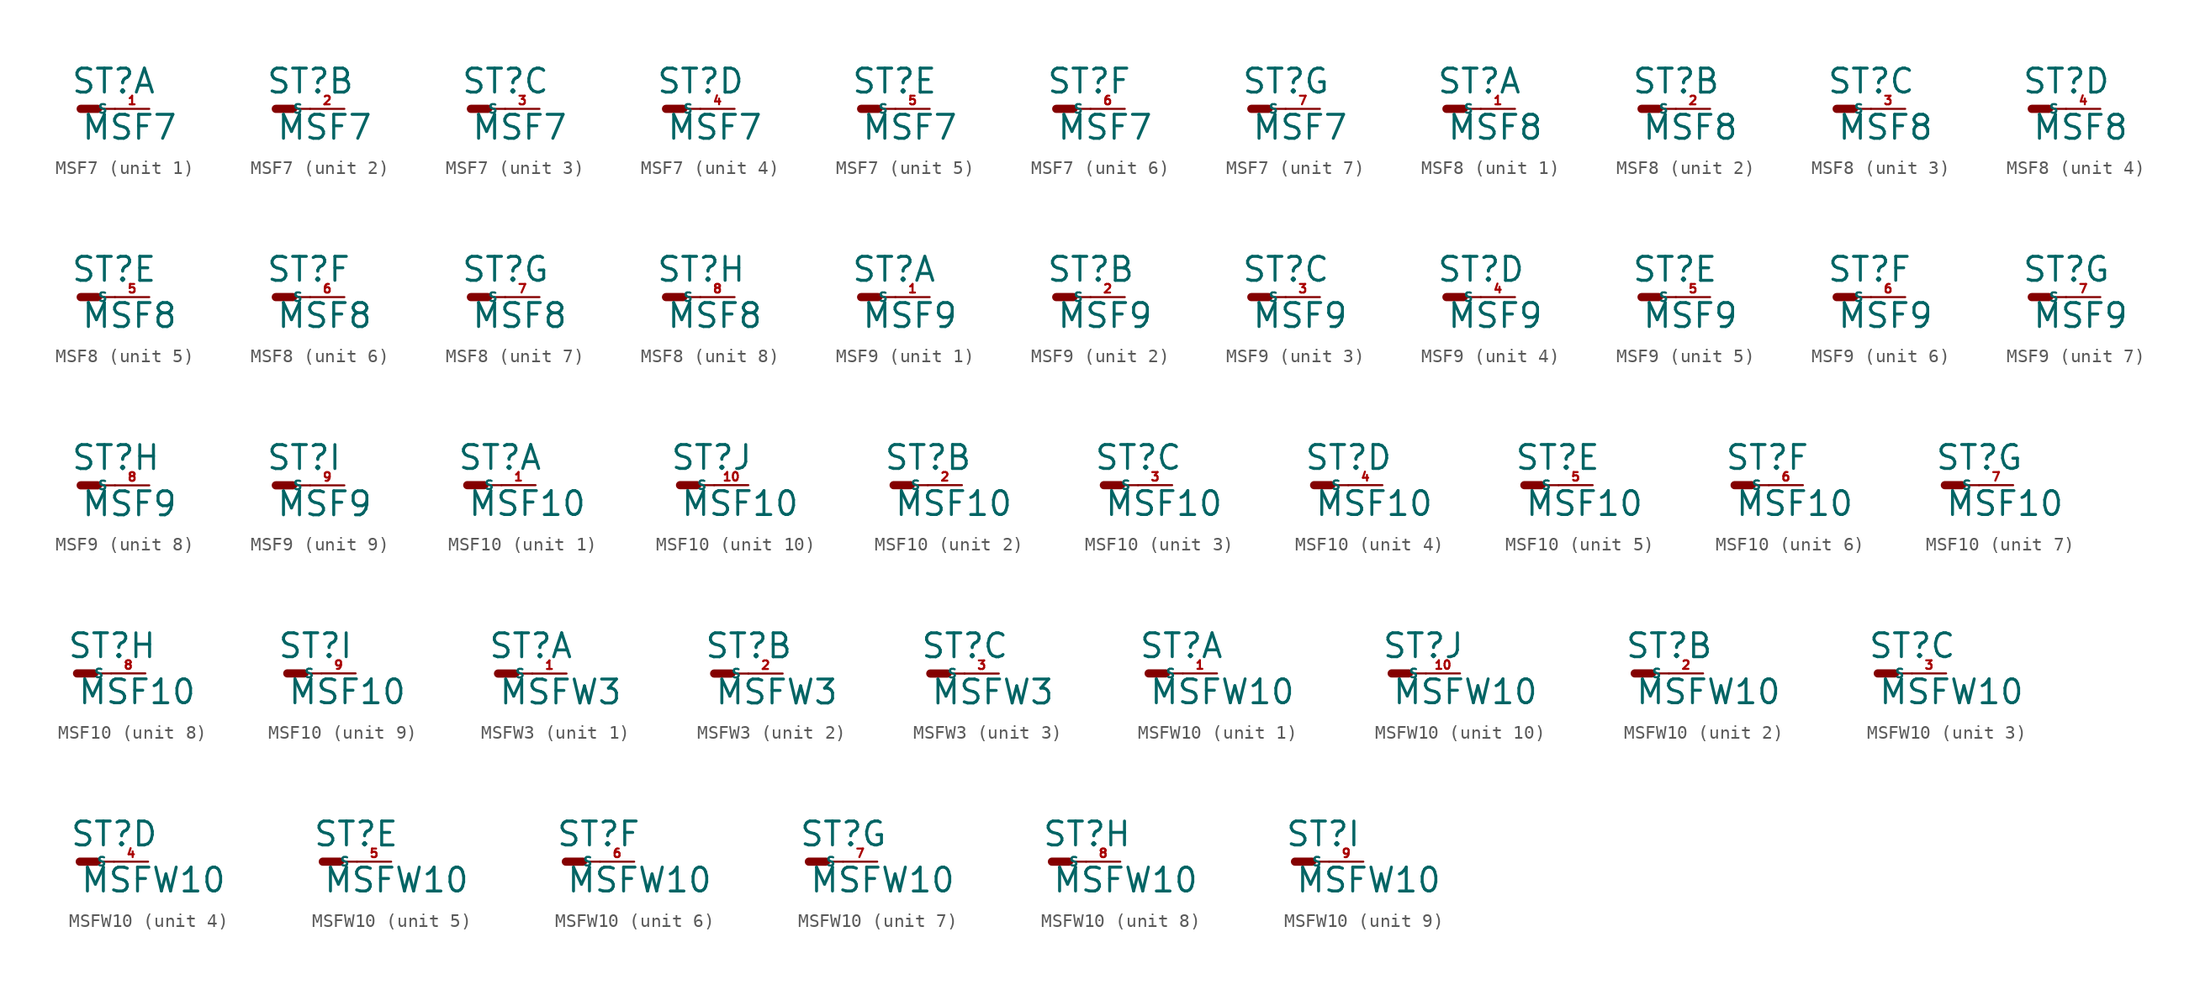
<source format=kicad_sym>
(kicad_symbol_lib
  (version 20220914)
  (generator Eagle2Kicad)
  (symbol "MSF7"
    (property "Reference" "ST"
      (at -0.762 1.016 0)
      (effects (font (size 1.778 1.778) (thickness 0.22)) (justify left bottom)))
    (property "Value" "MSF7"
      (at 0 -2.413 0)
      (effects (font (size 1.778 1.778) (thickness 0.22)) (justify left bottom)))
    (symbol "MSF7_1_0"
      (polyline (pts (xy 1.27 0) (xy 2.54 0)) (stroke (width 0.152) (type default)) (fill (type none)))
      (polyline (pts (xy 0 0) (xy 1.27 0)) (stroke (width 0.61) (type default)) (fill (type none)))
      (pin passive line (at 5.08 0 180) (length 2.54) (name "S" (effects (font (size 0.635 0.635) (thickness 0.08)) (justify left bottom))) (number "1" (effects (font (size 0.635 0.635) (thickness 0.08)) (justify left bottom)))))
    (symbol "MSF7_2_0"
      (polyline (pts (xy 1.27 0) (xy 2.54 0)) (stroke (width 0.152) (type default)) (fill (type none)))
      (polyline (pts (xy 0 0) (xy 1.27 0)) (stroke (width 0.61) (type default)) (fill (type none)))
      (pin passive line (at 5.08 0 180) (length 2.54) (name "S" (effects (font (size 0.635 0.635) (thickness 0.08)) (justify left bottom))) (number "2" (effects (font (size 0.635 0.635) (thickness 0.08)) (justify left bottom)))))
    (symbol "MSF7_3_0"
      (polyline (pts (xy 1.27 0) (xy 2.54 0)) (stroke (width 0.152) (type default)) (fill (type none)))
      (polyline (pts (xy 0 0) (xy 1.27 0)) (stroke (width 0.61) (type default)) (fill (type none)))
      (pin passive line (at 5.08 0 180) (length 2.54) (name "S" (effects (font (size 0.635 0.635) (thickness 0.08)) (justify left bottom))) (number "3" (effects (font (size 0.635 0.635) (thickness 0.08)) (justify left bottom)))))
    (symbol "MSF7_4_0"
      (polyline (pts (xy 1.27 0) (xy 2.54 0)) (stroke (width 0.152) (type default)) (fill (type none)))
      (polyline (pts (xy 0 0) (xy 1.27 0)) (stroke (width 0.61) (type default)) (fill (type none)))
      (pin passive line (at 5.08 0 180) (length 2.54) (name "S" (effects (font (size 0.635 0.635) (thickness 0.08)) (justify left bottom))) (number "4" (effects (font (size 0.635 0.635) (thickness 0.08)) (justify left bottom)))))
    (symbol "MSF7_5_0"
      (polyline (pts (xy 1.27 0) (xy 2.54 0)) (stroke (width 0.152) (type default)) (fill (type none)))
      (polyline (pts (xy 0 0) (xy 1.27 0)) (stroke (width 0.61) (type default)) (fill (type none)))
      (pin passive line (at 5.08 0 180) (length 2.54) (name "S" (effects (font (size 0.635 0.635) (thickness 0.08)) (justify left bottom))) (number "5" (effects (font (size 0.635 0.635) (thickness 0.08)) (justify left bottom)))))
    (symbol "MSF7_6_0"
      (polyline (pts (xy 1.27 0) (xy 2.54 0)) (stroke (width 0.152) (type default)) (fill (type none)))
      (polyline (pts (xy 0 0) (xy 1.27 0)) (stroke (width 0.61) (type default)) (fill (type none)))
      (pin passive line (at 5.08 0 180) (length 2.54) (name "S" (effects (font (size 0.635 0.635) (thickness 0.08)) (justify left bottom))) (number "6" (effects (font (size 0.635 0.635) (thickness 0.08)) (justify left bottom)))))
    (symbol "MSF7_7_0"
      (polyline (pts (xy 1.27 0) (xy 2.54 0)) (stroke (width 0.152) (type default)) (fill (type none)))
      (polyline (pts (xy 0 0) (xy 1.27 0)) (stroke (width 0.61) (type default)) (fill (type none)))
      (pin passive line (at 5.08 0 180) (length 2.54) (name "S" (effects (font (size 0.635 0.635) (thickness 0.08)) (justify left bottom))) (number "7" (effects (font (size 0.635 0.635) (thickness 0.08)) (justify left bottom))))))
  (symbol "MSF8"
    (property "Reference" "ST"
      (at -0.762 1.016 0)
      (effects (font (size 1.778 1.778) (thickness 0.22)) (justify left bottom)))
    (property "Value" "MSF8"
      (at 0 -2.413 0)
      (effects (font (size 1.778 1.778) (thickness 0.22)) (justify left bottom)))
    (symbol "MSF8_1_0"
      (polyline (pts (xy 1.27 0) (xy 2.54 0)) (stroke (width 0.152) (type default)) (fill (type none)))
      (polyline (pts (xy 0 0) (xy 1.27 0)) (stroke (width 0.61) (type default)) (fill (type none)))
      (pin passive line (at 5.08 0 180) (length 2.54) (name "S" (effects (font (size 0.635 0.635) (thickness 0.08)) (justify left bottom))) (number "1" (effects (font (size 0.635 0.635) (thickness 0.08)) (justify left bottom)))))
    (symbol "MSF8_2_0"
      (polyline (pts (xy 1.27 0) (xy 2.54 0)) (stroke (width 0.152) (type default)) (fill (type none)))
      (polyline (pts (xy 0 0) (xy 1.27 0)) (stroke (width 0.61) (type default)) (fill (type none)))
      (pin passive line (at 5.08 0 180) (length 2.54) (name "S" (effects (font (size 0.635 0.635) (thickness 0.08)) (justify left bottom))) (number "2" (effects (font (size 0.635 0.635) (thickness 0.08)) (justify left bottom)))))
    (symbol "MSF8_3_0"
      (polyline (pts (xy 1.27 0) (xy 2.54 0)) (stroke (width 0.152) (type default)) (fill (type none)))
      (polyline (pts (xy 0 0) (xy 1.27 0)) (stroke (width 0.61) (type default)) (fill (type none)))
      (pin passive line (at 5.08 0 180) (length 2.54) (name "S" (effects (font (size 0.635 0.635) (thickness 0.08)) (justify left bottom))) (number "3" (effects (font (size 0.635 0.635) (thickness 0.08)) (justify left bottom)))))
    (symbol "MSF8_4_0"
      (polyline (pts (xy 1.27 0) (xy 2.54 0)) (stroke (width 0.152) (type default)) (fill (type none)))
      (polyline (pts (xy 0 0) (xy 1.27 0)) (stroke (width 0.61) (type default)) (fill (type none)))
      (pin passive line (at 5.08 0 180) (length 2.54) (name "S" (effects (font (size 0.635 0.635) (thickness 0.08)) (justify left bottom))) (number "4" (effects (font (size 0.635 0.635) (thickness 0.08)) (justify left bottom)))))
    (symbol "MSF8_5_0"
      (polyline (pts (xy 1.27 0) (xy 2.54 0)) (stroke (width 0.152) (type default)) (fill (type none)))
      (polyline (pts (xy 0 0) (xy 1.27 0)) (stroke (width 0.61) (type default)) (fill (type none)))
      (pin passive line (at 5.08 0 180) (length 2.54) (name "S" (effects (font (size 0.635 0.635) (thickness 0.08)) (justify left bottom))) (number "5" (effects (font (size 0.635 0.635) (thickness 0.08)) (justify left bottom)))))
    (symbol "MSF8_6_0"
      (polyline (pts (xy 1.27 0) (xy 2.54 0)) (stroke (width 0.152) (type default)) (fill (type none)))
      (polyline (pts (xy 0 0) (xy 1.27 0)) (stroke (width 0.61) (type default)) (fill (type none)))
      (pin passive line (at 5.08 0 180) (length 2.54) (name "S" (effects (font (size 0.635 0.635) (thickness 0.08)) (justify left bottom))) (number "6" (effects (font (size 0.635 0.635) (thickness 0.08)) (justify left bottom)))))
    (symbol "MSF8_7_0"
      (polyline (pts (xy 1.27 0) (xy 2.54 0)) (stroke (width 0.152) (type default)) (fill (type none)))
      (polyline (pts (xy 0 0) (xy 1.27 0)) (stroke (width 0.61) (type default)) (fill (type none)))
      (pin passive line (at 5.08 0 180) (length 2.54) (name "S" (effects (font (size 0.635 0.635) (thickness 0.08)) (justify left bottom))) (number "7" (effects (font (size 0.635 0.635) (thickness 0.08)) (justify left bottom)))))
    (symbol "MSF8_8_0"
      (polyline (pts (xy 1.27 0) (xy 2.54 0)) (stroke (width 0.152) (type default)) (fill (type none)))
      (polyline (pts (xy 0 0) (xy 1.27 0)) (stroke (width 0.61) (type default)) (fill (type none)))
      (pin passive line (at 5.08 0 180) (length 2.54) (name "S" (effects (font (size 0.635 0.635) (thickness 0.08)) (justify left bottom))) (number "8" (effects (font (size 0.635 0.635) (thickness 0.08)) (justify left bottom))))))
  (symbol "MSF9"
    (property "Reference" "ST"
      (at -0.762 1.016 0)
      (effects (font (size 1.778 1.778) (thickness 0.22)) (justify left bottom)))
    (property "Value" "MSF9"
      (at 0 -2.413 0)
      (effects (font (size 1.778 1.778) (thickness 0.22)) (justify left bottom)))
    (symbol "MSF9_1_0"
      (polyline (pts (xy 1.27 0) (xy 2.54 0)) (stroke (width 0.152) (type default)) (fill (type none)))
      (polyline (pts (xy 0 0) (xy 1.27 0)) (stroke (width 0.61) (type default)) (fill (type none)))
      (pin passive line (at 5.08 0 180) (length 2.54) (name "S" (effects (font (size 0.635 0.635) (thickness 0.08)) (justify left bottom))) (number "1" (effects (font (size 0.635 0.635) (thickness 0.08)) (justify left bottom)))))
    (symbol "MSF9_2_0"
      (polyline (pts (xy 1.27 0) (xy 2.54 0)) (stroke (width 0.152) (type default)) (fill (type none)))
      (polyline (pts (xy 0 0) (xy 1.27 0)) (stroke (width 0.61) (type default)) (fill (type none)))
      (pin passive line (at 5.08 0 180) (length 2.54) (name "S" (effects (font (size 0.635 0.635) (thickness 0.08)) (justify left bottom))) (number "2" (effects (font (size 0.635 0.635) (thickness 0.08)) (justify left bottom)))))
    (symbol "MSF9_3_0"
      (polyline (pts (xy 1.27 0) (xy 2.54 0)) (stroke (width 0.152) (type default)) (fill (type none)))
      (polyline (pts (xy 0 0) (xy 1.27 0)) (stroke (width 0.61) (type default)) (fill (type none)))
      (pin passive line (at 5.08 0 180) (length 2.54) (name "S" (effects (font (size 0.635 0.635) (thickness 0.08)) (justify left bottom))) (number "3" (effects (font (size 0.635 0.635) (thickness 0.08)) (justify left bottom)))))
    (symbol "MSF9_4_0"
      (polyline (pts (xy 1.27 0) (xy 2.54 0)) (stroke (width 0.152) (type default)) (fill (type none)))
      (polyline (pts (xy 0 0) (xy 1.27 0)) (stroke (width 0.61) (type default)) (fill (type none)))
      (pin passive line (at 5.08 0 180) (length 2.54) (name "S" (effects (font (size 0.635 0.635) (thickness 0.08)) (justify left bottom))) (number "4" (effects (font (size 0.635 0.635) (thickness 0.08)) (justify left bottom)))))
    (symbol "MSF9_5_0"
      (polyline (pts (xy 1.27 0) (xy 2.54 0)) (stroke (width 0.152) (type default)) (fill (type none)))
      (polyline (pts (xy 0 0) (xy 1.27 0)) (stroke (width 0.61) (type default)) (fill (type none)))
      (pin passive line (at 5.08 0 180) (length 2.54) (name "S" (effects (font (size 0.635 0.635) (thickness 0.08)) (justify left bottom))) (number "5" (effects (font (size 0.635 0.635) (thickness 0.08)) (justify left bottom)))))
    (symbol "MSF9_6_0"
      (polyline (pts (xy 1.27 0) (xy 2.54 0)) (stroke (width 0.152) (type default)) (fill (type none)))
      (polyline (pts (xy 0 0) (xy 1.27 0)) (stroke (width 0.61) (type default)) (fill (type none)))
      (pin passive line (at 5.08 0 180) (length 2.54) (name "S" (effects (font (size 0.635 0.635) (thickness 0.08)) (justify left bottom))) (number "6" (effects (font (size 0.635 0.635) (thickness 0.08)) (justify left bottom)))))
    (symbol "MSF9_7_0"
      (polyline (pts (xy 1.27 0) (xy 2.54 0)) (stroke (width 0.152) (type default)) (fill (type none)))
      (polyline (pts (xy 0 0) (xy 1.27 0)) (stroke (width 0.61) (type default)) (fill (type none)))
      (pin passive line (at 5.08 0 180) (length 2.54) (name "S" (effects (font (size 0.635 0.635) (thickness 0.08)) (justify left bottom))) (number "7" (effects (font (size 0.635 0.635) (thickness 0.08)) (justify left bottom)))))
    (symbol "MSF9_8_0"
      (polyline (pts (xy 1.27 0) (xy 2.54 0)) (stroke (width 0.152) (type default)) (fill (type none)))
      (polyline (pts (xy 0 0) (xy 1.27 0)) (stroke (width 0.61) (type default)) (fill (type none)))
      (pin passive line (at 5.08 0 180) (length 2.54) (name "S" (effects (font (size 0.635 0.635) (thickness 0.08)) (justify left bottom))) (number "8" (effects (font (size 0.635 0.635) (thickness 0.08)) (justify left bottom)))))
    (symbol "MSF9_9_0"
      (polyline (pts (xy 1.27 0) (xy 2.54 0)) (stroke (width 0.152) (type default)) (fill (type none)))
      (polyline (pts (xy 0 0) (xy 1.27 0)) (stroke (width 0.61) (type default)) (fill (type none)))
      (pin passive line (at 5.08 0 180) (length 2.54) (name "S" (effects (font (size 0.635 0.635) (thickness 0.08)) (justify left bottom))) (number "9" (effects (font (size 0.635 0.635) (thickness 0.08)) (justify left bottom))))))
  (symbol "MSF10"
    (property "Reference" "ST"
      (at -0.762 1.016 0)
      (effects (font (size 1.778 1.778) (thickness 0.22)) (justify left bottom)))
    (property "Value" "MSF10"
      (at 0 -2.413 0)
      (effects (font (size 1.778 1.778) (thickness 0.22)) (justify left bottom)))
    (symbol "MSF10_1_0"
      (polyline (pts (xy 1.27 0) (xy 2.54 0)) (stroke (width 0.152) (type default)) (fill (type none)))
      (polyline (pts (xy 0 0) (xy 1.27 0)) (stroke (width 0.61) (type default)) (fill (type none)))
      (pin passive line (at 5.08 0 180) (length 2.54) (name "S" (effects (font (size 0.635 0.635) (thickness 0.08)) (justify left bottom))) (number "1" (effects (font (size 0.635 0.635) (thickness 0.08)) (justify left bottom)))))
    (symbol "MSF10_2_0"
      (polyline (pts (xy 1.27 0) (xy 2.54 0)) (stroke (width 0.152) (type default)) (fill (type none)))
      (polyline (pts (xy 0 0) (xy 1.27 0)) (stroke (width 0.61) (type default)) (fill (type none)))
      (pin passive line (at 5.08 0 180) (length 2.54) (name "S" (effects (font (size 0.635 0.635) (thickness 0.08)) (justify left bottom))) (number "2" (effects (font (size 0.635 0.635) (thickness 0.08)) (justify left bottom)))))
    (symbol "MSF10_3_0"
      (polyline (pts (xy 1.27 0) (xy 2.54 0)) (stroke (width 0.152) (type default)) (fill (type none)))
      (polyline (pts (xy 0 0) (xy 1.27 0)) (stroke (width 0.61) (type default)) (fill (type none)))
      (pin passive line (at 5.08 0 180) (length 2.54) (name "S" (effects (font (size 0.635 0.635) (thickness 0.08)) (justify left bottom))) (number "3" (effects (font (size 0.635 0.635) (thickness 0.08)) (justify left bottom)))))
    (symbol "MSF10_4_0"
      (polyline (pts (xy 1.27 0) (xy 2.54 0)) (stroke (width 0.152) (type default)) (fill (type none)))
      (polyline (pts (xy 0 0) (xy 1.27 0)) (stroke (width 0.61) (type default)) (fill (type none)))
      (pin passive line (at 5.08 0 180) (length 2.54) (name "S" (effects (font (size 0.635 0.635) (thickness 0.08)) (justify left bottom))) (number "4" (effects (font (size 0.635 0.635) (thickness 0.08)) (justify left bottom)))))
    (symbol "MSF10_5_0"
      (polyline (pts (xy 1.27 0) (xy 2.54 0)) (stroke (width 0.152) (type default)) (fill (type none)))
      (polyline (pts (xy 0 0) (xy 1.27 0)) (stroke (width 0.61) (type default)) (fill (type none)))
      (pin passive line (at 5.08 0 180) (length 2.54) (name "S" (effects (font (size 0.635 0.635) (thickness 0.08)) (justify left bottom))) (number "5" (effects (font (size 0.635 0.635) (thickness 0.08)) (justify left bottom)))))
    (symbol "MSF10_6_0"
      (polyline (pts (xy 1.27 0) (xy 2.54 0)) (stroke (width 0.152) (type default)) (fill (type none)))
      (polyline (pts (xy 0 0) (xy 1.27 0)) (stroke (width 0.61) (type default)) (fill (type none)))
      (pin passive line (at 5.08 0 180) (length 2.54) (name "S" (effects (font (size 0.635 0.635) (thickness 0.08)) (justify left bottom))) (number "6" (effects (font (size 0.635 0.635) (thickness 0.08)) (justify left bottom)))))
    (symbol "MSF10_7_0"
      (polyline (pts (xy 1.27 0) (xy 2.54 0)) (stroke (width 0.152) (type default)) (fill (type none)))
      (polyline (pts (xy 0 0) (xy 1.27 0)) (stroke (width 0.61) (type default)) (fill (type none)))
      (pin passive line (at 5.08 0 180) (length 2.54) (name "S" (effects (font (size 0.635 0.635) (thickness 0.08)) (justify left bottom))) (number "7" (effects (font (size 0.635 0.635) (thickness 0.08)) (justify left bottom)))))
    (symbol "MSF10_8_0"
      (polyline (pts (xy 1.27 0) (xy 2.54 0)) (stroke (width 0.152) (type default)) (fill (type none)))
      (polyline (pts (xy 0 0) (xy 1.27 0)) (stroke (width 0.61) (type default)) (fill (type none)))
      (pin passive line (at 5.08 0 180) (length 2.54) (name "S" (effects (font (size 0.635 0.635) (thickness 0.08)) (justify left bottom))) (number "8" (effects (font (size 0.635 0.635) (thickness 0.08)) (justify left bottom)))))
    (symbol "MSF10_9_0"
      (polyline (pts (xy 1.27 0) (xy 2.54 0)) (stroke (width 0.152) (type default)) (fill (type none)))
      (polyline (pts (xy 0 0) (xy 1.27 0)) (stroke (width 0.61) (type default)) (fill (type none)))
      (pin passive line (at 5.08 0 180) (length 2.54) (name "S" (effects (font (size 0.635 0.635) (thickness 0.08)) (justify left bottom))) (number "9" (effects (font (size 0.635 0.635) (thickness 0.08)) (justify left bottom)))))
    (symbol "MSF10_10_0"
      (polyline (pts (xy 1.27 0) (xy 2.54 0)) (stroke (width 0.152) (type default)) (fill (type none)))
      (polyline (pts (xy 0 0) (xy 1.27 0)) (stroke (width 0.61) (type default)) (fill (type none)))
      (pin passive line (at 5.08 0 180) (length 2.54) (name "S" (effects (font (size 0.635 0.635) (thickness 0.08)) (justify left bottom))) (number "10" (effects (font (size 0.635 0.635) (thickness 0.08)) (justify left bottom))))))
  (symbol "MSFW3"
    (property "Reference" "ST"
      (at -0.762 1.016 0)
      (effects (font (size 1.778 1.778) (thickness 0.22)) (justify left bottom)))
    (property "Value" "MSFW3"
      (at 0 -2.413 0)
      (effects (font (size 1.778 1.778) (thickness 0.22)) (justify left bottom)))
    (symbol "MSFW3_1_0"
      (polyline (pts (xy 1.27 0) (xy 2.54 0)) (stroke (width 0.152) (type default)) (fill (type none)))
      (polyline (pts (xy 0 0) (xy 1.27 0)) (stroke (width 0.61) (type default)) (fill (type none)))
      (pin passive line (at 5.08 0 180) (length 2.54) (name "S" (effects (font (size 0.635 0.635) (thickness 0.08)) (justify left bottom))) (number "1" (effects (font (size 0.635 0.635) (thickness 0.08)) (justify left bottom)))))
    (symbol "MSFW3_2_0"
      (polyline (pts (xy 1.27 0) (xy 2.54 0)) (stroke (width 0.152) (type default)) (fill (type none)))
      (polyline (pts (xy 0 0) (xy 1.27 0)) (stroke (width 0.61) (type default)) (fill (type none)))
      (pin passive line (at 5.08 0 180) (length 2.54) (name "S" (effects (font (size 0.635 0.635) (thickness 0.08)) (justify left bottom))) (number "2" (effects (font (size 0.635 0.635) (thickness 0.08)) (justify left bottom)))))
    (symbol "MSFW3_3_0"
      (polyline (pts (xy 1.27 0) (xy 2.54 0)) (stroke (width 0.152) (type default)) (fill (type none)))
      (polyline (pts (xy 0 0) (xy 1.27 0)) (stroke (width 0.61) (type default)) (fill (type none)))
      (pin passive line (at 5.08 0 180) (length 2.54) (name "S" (effects (font (size 0.635 0.635) (thickness 0.08)) (justify left bottom))) (number "3" (effects (font (size 0.635 0.635) (thickness 0.08)) (justify left bottom))))))
  (symbol "MSFW10"
    (property "Reference" "ST"
      (at -0.762 1.016 0)
      (effects (font (size 1.778 1.778) (thickness 0.22)) (justify left bottom)))
    (property "Value" "MSFW10"
      (at 0 -2.413 0)
      (effects (font (size 1.778 1.778) (thickness 0.22)) (justify left bottom)))
    (symbol "MSFW10_1_0"
      (polyline (pts (xy 1.27 0) (xy 2.54 0)) (stroke (width 0.152) (type default)) (fill (type none)))
      (polyline (pts (xy 0 0) (xy 1.27 0)) (stroke (width 0.61) (type default)) (fill (type none)))
      (pin passive line (at 5.08 0 180) (length 2.54) (name "S" (effects (font (size 0.635 0.635) (thickness 0.08)) (justify left bottom))) (number "1" (effects (font (size 0.635 0.635) (thickness 0.08)) (justify left bottom)))))
    (symbol "MSFW10_2_0"
      (polyline (pts (xy 1.27 0) (xy 2.54 0)) (stroke (width 0.152) (type default)) (fill (type none)))
      (polyline (pts (xy 0 0) (xy 1.27 0)) (stroke (width 0.61) (type default)) (fill (type none)))
      (pin passive line (at 5.08 0 180) (length 2.54) (name "S" (effects (font (size 0.635 0.635) (thickness 0.08)) (justify left bottom))) (number "2" (effects (font (size 0.635 0.635) (thickness 0.08)) (justify left bottom)))))
    (symbol "MSFW10_3_0"
      (polyline (pts (xy 1.27 0) (xy 2.54 0)) (stroke (width 0.152) (type default)) (fill (type none)))
      (polyline (pts (xy 0 0) (xy 1.27 0)) (stroke (width 0.61) (type default)) (fill (type none)))
      (pin passive line (at 5.08 0 180) (length 2.54) (name "S" (effects (font (size 0.635 0.635) (thickness 0.08)) (justify left bottom))) (number "3" (effects (font (size 0.635 0.635) (thickness 0.08)) (justify left bottom)))))
    (symbol "MSFW10_4_0"
      (polyline (pts (xy 1.27 0) (xy 2.54 0)) (stroke (width 0.152) (type default)) (fill (type none)))
      (polyline (pts (xy 0 0) (xy 1.27 0)) (stroke (width 0.61) (type default)) (fill (type none)))
      (pin passive line (at 5.08 0 180) (length 2.54) (name "S" (effects (font (size 0.635 0.635) (thickness 0.08)) (justify left bottom))) (number "4" (effects (font (size 0.635 0.635) (thickness 0.08)) (justify left bottom)))))
    (symbol "MSFW10_5_0"
      (polyline (pts (xy 1.27 0) (xy 2.54 0)) (stroke (width 0.152) (type default)) (fill (type none)))
      (polyline (pts (xy 0 0) (xy 1.27 0)) (stroke (width 0.61) (type default)) (fill (type none)))
      (pin passive line (at 5.08 0 180) (length 2.54) (name "S" (effects (font (size 0.635 0.635) (thickness 0.08)) (justify left bottom))) (number "5" (effects (font (size 0.635 0.635) (thickness 0.08)) (justify left bottom)))))
    (symbol "MSFW10_6_0"
      (polyline (pts (xy 1.27 0) (xy 2.54 0)) (stroke (width 0.152) (type default)) (fill (type none)))
      (polyline (pts (xy 0 0) (xy 1.27 0)) (stroke (width 0.61) (type default)) (fill (type none)))
      (pin passive line (at 5.08 0 180) (length 2.54) (name "S" (effects (font (size 0.635 0.635) (thickness 0.08)) (justify left bottom))) (number "6" (effects (font (size 0.635 0.635) (thickness 0.08)) (justify left bottom)))))
    (symbol "MSFW10_7_0"
      (polyline (pts (xy 1.27 0) (xy 2.54 0)) (stroke (width 0.152) (type default)) (fill (type none)))
      (polyline (pts (xy 0 0) (xy 1.27 0)) (stroke (width 0.61) (type default)) (fill (type none)))
      (pin passive line (at 5.08 0 180) (length 2.54) (name "S" (effects (font (size 0.635 0.635) (thickness 0.08)) (justify left bottom))) (number "7" (effects (font (size 0.635 0.635) (thickness 0.08)) (justify left bottom)))))
    (symbol "MSFW10_8_0"
      (polyline (pts (xy 1.27 0) (xy 2.54 0)) (stroke (width 0.152) (type default)) (fill (type none)))
      (polyline (pts (xy 0 0) (xy 1.27 0)) (stroke (width 0.61) (type default)) (fill (type none)))
      (pin passive line (at 5.08 0 180) (length 2.54) (name "S" (effects (font (size 0.635 0.635) (thickness 0.08)) (justify left bottom))) (number "8" (effects (font (size 0.635 0.635) (thickness 0.08)) (justify left bottom)))))
    (symbol "MSFW10_9_0"
      (polyline (pts (xy 1.27 0) (xy 2.54 0)) (stroke (width 0.152) (type default)) (fill (type none)))
      (polyline (pts (xy 0 0) (xy 1.27 0)) (stroke (width 0.61) (type default)) (fill (type none)))
      (pin passive line (at 5.08 0 180) (length 2.54) (name "S" (effects (font (size 0.635 0.635) (thickness 0.08)) (justify left bottom))) (number "9" (effects (font (size 0.635 0.635) (thickness 0.08)) (justify left bottom)))))
    (symbol "MSFW10_10_0"
      (polyline (pts (xy 1.27 0) (xy 2.54 0)) (stroke (width 0.152) (type default)) (fill (type none)))
      (polyline (pts (xy 0 0) (xy 1.27 0)) (stroke (width 0.61) (type default)) (fill (type none)))
      (pin passive line (at 5.08 0 180) (length 2.54) (name "S" (effects (font (size 0.635 0.635) (thickness 0.08)) (justify left bottom))) (number "10" (effects (font (size 0.635 0.635) (thickness 0.08)) (justify left bottom)))))))
</source>
